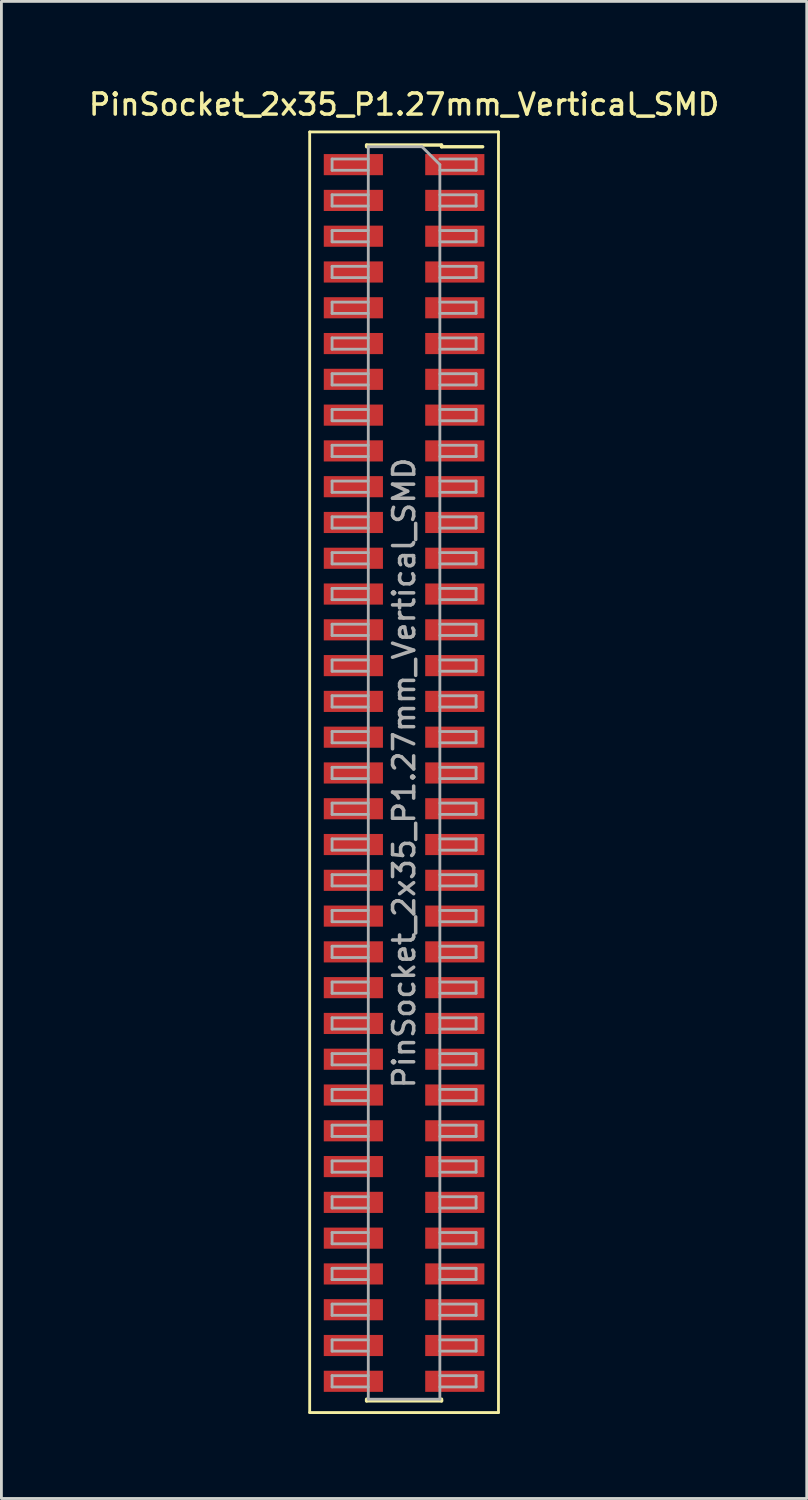
<source format=kicad_pcb>
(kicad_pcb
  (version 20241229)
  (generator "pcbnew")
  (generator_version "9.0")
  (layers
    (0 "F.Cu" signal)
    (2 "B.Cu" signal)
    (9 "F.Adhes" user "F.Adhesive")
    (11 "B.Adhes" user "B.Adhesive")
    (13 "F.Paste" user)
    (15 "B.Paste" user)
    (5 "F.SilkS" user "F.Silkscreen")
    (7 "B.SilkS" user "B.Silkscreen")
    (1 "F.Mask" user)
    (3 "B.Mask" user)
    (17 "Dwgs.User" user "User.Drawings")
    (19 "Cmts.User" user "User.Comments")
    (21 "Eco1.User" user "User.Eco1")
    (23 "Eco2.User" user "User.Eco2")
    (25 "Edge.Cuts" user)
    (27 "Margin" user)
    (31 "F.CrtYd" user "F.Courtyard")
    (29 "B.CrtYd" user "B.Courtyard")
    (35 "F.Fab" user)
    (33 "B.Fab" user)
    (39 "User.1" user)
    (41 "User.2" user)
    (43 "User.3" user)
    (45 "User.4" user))
  (footprint "PinSocket_2x35_P1.27mm_Vertical_SMD"
    (layer "F.Cu")
    (at 11.291 24.383)
    (property "Reference" "PinSocket_2x35_P1.27mm_Vertical_SMD" (at 0 -23.725 0) (layer "F.SilkS") (effects (font (size 0.75 0.75) (thickness 0.125))))
    (attr smd)
    (fp_line (start -3.35 -22.75) (end 3.35 -22.75) (stroke (width 0.1) (type solid)) (layer "F.SilkS"))
    (fp_line (start -3.35 22.7) (end -3.35 -22.75) (stroke (width 0.1) (type solid)) (layer "F.SilkS"))
    (fp_line (start -1.33 -22.285) (end -1.33 -22.225) (stroke (width 0.12) (type solid)) (layer "F.SilkS"))
    (fp_line (start -1.33 -22.285) (end 1.33 -22.285) (stroke (width 0.12) (type solid)) (layer "F.SilkS"))
    (fp_line (start -1.33 22.225) (end -1.33 22.285) (stroke (width 0.12) (type solid)) (layer "F.SilkS"))
    (fp_line (start -1.33 22.285) (end 1.33 22.285) (stroke (width 0.12) (type solid)) (layer "F.SilkS"))
    (fp_line (start 1.33 -22.285) (end 1.33 -22.225) (stroke (width 0.12) (type solid)) (layer "F.SilkS"))
    (fp_line (start 1.33 -22.225) (end 2.79 -22.225) (stroke (width 0.12) (type solid)) (layer "F.SilkS"))
    (fp_line (start 1.33 22.225) (end 1.33 22.285) (stroke (width 0.12) (type solid)) (layer "F.SilkS"))
    (fp_line (start 3.35 -22.75) (end 3.35 22.7) (stroke (width 0.1) (type solid)) (layer "F.SilkS"))
    (fp_line (start 3.35 22.7) (end -3.35 22.7) (stroke (width 0.1) (type solid)) (layer "F.SilkS"))
    (fp_line (start -2.555 -21.79) (end -1.27 -21.79) (stroke (width 0.1) (type solid)) (layer "F.Fab"))
    (fp_line (start -2.555 -21.39) (end -2.555 -21.79) (stroke (width 0.1) (type solid)) (layer "F.Fab"))
    (fp_line (start -2.555 -20.52) (end -1.27 -20.52) (stroke (width 0.1) (type solid)) (layer "F.Fab"))
    (fp_line (start -2.555 -20.12) (end -2.555 -20.52) (stroke (width 0.1) (type solid)) (layer "F.Fab"))
    (fp_line (start -2.555 -19.25) (end -1.27 -19.25) (stroke (width 0.1) (type solid)) (layer "F.Fab"))
    (fp_line (start -2.555 -18.85) (end -2.555 -19.25) (stroke (width 0.1) (type solid)) (layer "F.Fab"))
    (fp_line (start -2.555 -17.98) (end -1.27 -17.98) (stroke (width 0.1) (type solid)) (layer "F.Fab"))
    (fp_line (start -2.555 -17.58) (end -2.555 -17.98) (stroke (width 0.1) (type solid)) (layer "F.Fab"))
    (fp_line (start -2.555 -16.71) (end -1.27 -16.71) (stroke (width 0.1) (type solid)) (layer "F.Fab"))
    (fp_line (start -2.555 -16.31) (end -2.555 -16.71) (stroke (width 0.1) (type solid)) (layer "F.Fab"))
    (fp_line (start -2.555 -15.44) (end -1.27 -15.44) (stroke (width 0.1) (type solid)) (layer "F.Fab"))
    (fp_line (start -2.555 -15.04) (end -2.555 -15.44) (stroke (width 0.1) (type solid)) (layer "F.Fab"))
    (fp_line (start -2.555 -14.17) (end -1.27 -14.17) (stroke (width 0.1) (type solid)) (layer "F.Fab"))
    (fp_line (start -2.555 -13.77) (end -2.555 -14.17) (stroke (width 0.1) (type solid)) (layer "F.Fab"))
    (fp_line (start -2.555 -12.9) (end -1.27 -12.9) (stroke (width 0.1) (type solid)) (layer "F.Fab"))
    (fp_line (start -2.555 -12.5) (end -2.555 -12.9) (stroke (width 0.1) (type solid)) (layer "F.Fab"))
    (fp_line (start -2.555 -11.63) (end -1.27 -11.63) (stroke (width 0.1) (type solid)) (layer "F.Fab"))
    (fp_line (start -2.555 -11.23) (end -2.555 -11.63) (stroke (width 0.1) (type solid)) (layer "F.Fab"))
    (fp_line (start -2.555 -10.36) (end -1.27 -10.36) (stroke (width 0.1) (type solid)) (layer "F.Fab"))
    (fp_line (start -2.555 -9.96) (end -2.555 -10.36) (stroke (width 0.1) (type solid)) (layer "F.Fab"))
    (fp_line (start -2.555 -9.09) (end -1.27 -9.09) (stroke (width 0.1) (type solid)) (layer "F.Fab"))
    (fp_line (start -2.555 -8.69) (end -2.555 -9.09) (stroke (width 0.1) (type solid)) (layer "F.Fab"))
    (fp_line (start -2.555 -7.82) (end -1.27 -7.82) (stroke (width 0.1) (type solid)) (layer "F.Fab"))
    (fp_line (start -2.555 -7.42) (end -2.555 -7.82) (stroke (width 0.1) (type solid)) (layer "F.Fab"))
    (fp_line (start -2.555 -6.55) (end -1.27 -6.55) (stroke (width 0.1) (type solid)) (layer "F.Fab"))
    (fp_line (start -2.555 -6.15) (end -2.555 -6.55) (stroke (width 0.1) (type solid)) (layer "F.Fab"))
    (fp_line (start -2.555 -5.28) (end -1.27 -5.28) (stroke (width 0.1) (type solid)) (layer "F.Fab"))
    (fp_line (start -2.555 -4.88) (end -2.555 -5.28) (stroke (width 0.1) (type solid)) (layer "F.Fab"))
    (fp_line (start -2.555 -4.01) (end -1.27 -4.01) (stroke (width 0.1) (type solid)) (layer "F.Fab"))
    (fp_line (start -2.555 -3.61) (end -2.555 -4.01) (stroke (width 0.1) (type solid)) (layer "F.Fab"))
    (fp_line (start -2.555 -2.74) (end -1.27 -2.74) (stroke (width 0.1) (type solid)) (layer "F.Fab"))
    (fp_line (start -2.555 -2.34) (end -2.555 -2.74) (stroke (width 0.1) (type solid)) (layer "F.Fab"))
    (fp_line (start -2.555 -1.47) (end -1.27 -1.47) (stroke (width 0.1) (type solid)) (layer "F.Fab"))
    (fp_line (start -2.555 -1.07) (end -2.555 -1.47) (stroke (width 0.1) (type solid)) (layer "F.Fab"))
    (fp_line (start -2.555 -0.2) (end -1.27 -0.2) (stroke (width 0.1) (type solid)) (layer "F.Fab"))
    (fp_line (start -2.555 0.2) (end -2.555 -0.2) (stroke (width 0.1) (type solid)) (layer "F.Fab"))
    (fp_line (start -2.555 1.07) (end -1.27 1.07) (stroke (width 0.1) (type solid)) (layer "F.Fab"))
    (fp_line (start -2.555 1.47) (end -2.555 1.07) (stroke (width 0.1) (type solid)) (layer "F.Fab"))
    (fp_line (start -2.555 2.34) (end -1.27 2.34) (stroke (width 0.1) (type solid)) (layer "F.Fab"))
    (fp_line (start -2.555 2.74) (end -2.555 2.34) (stroke (width 0.1) (type solid)) (layer "F.Fab"))
    (fp_line (start -2.555 3.61) (end -1.27 3.61) (stroke (width 0.1) (type solid)) (layer "F.Fab"))
    (fp_line (start -2.555 4.01) (end -2.555 3.61) (stroke (width 0.1) (type solid)) (layer "F.Fab"))
    (fp_line (start -2.555 4.88) (end -1.27 4.88) (stroke (width 0.1) (type solid)) (layer "F.Fab"))
    (fp_line (start -2.555 5.28) (end -2.555 4.88) (stroke (width 0.1) (type solid)) (layer "F.Fab"))
    (fp_line (start -2.555 6.15) (end -1.27 6.15) (stroke (width 0.1) (type solid)) (layer "F.Fab"))
    (fp_line (start -2.555 6.55) (end -2.555 6.15) (stroke (width 0.1) (type solid)) (layer "F.Fab"))
    (fp_line (start -2.555 7.42) (end -1.27 7.42) (stroke (width 0.1) (type solid)) (layer "F.Fab"))
    (fp_line (start -2.555 7.82) (end -2.555 7.42) (stroke (width 0.1) (type solid)) (layer "F.Fab"))
    (fp_line (start -2.555 8.69) (end -1.27 8.69) (stroke (width 0.1) (type solid)) (layer "F.Fab"))
    (fp_line (start -2.555 9.09) (end -2.555 8.69) (stroke (width 0.1) (type solid)) (layer "F.Fab"))
    (fp_line (start -2.555 9.96) (end -1.27 9.96) (stroke (width 0.1) (type solid)) (layer "F.Fab"))
    (fp_line (start -2.555 10.36) (end -2.555 9.96) (stroke (width 0.1) (type solid)) (layer "F.Fab"))
    (fp_line (start -2.555 11.23) (end -1.27 11.23) (stroke (width 0.1) (type solid)) (layer "F.Fab"))
    (fp_line (start -2.555 11.63) (end -2.555 11.23) (stroke (width 0.1) (type solid)) (layer "F.Fab"))
    (fp_line (start -2.555 12.5) (end -1.27 12.5) (stroke (width 0.1) (type solid)) (layer "F.Fab"))
    (fp_line (start -2.555 12.9) (end -2.555 12.5) (stroke (width 0.1) (type solid)) (layer "F.Fab"))
    (fp_line (start -2.555 13.77) (end -1.27 13.77) (stroke (width 0.1) (type solid)) (layer "F.Fab"))
    (fp_line (start -2.555 14.17) (end -2.555 13.77) (stroke (width 0.1) (type solid)) (layer "F.Fab"))
    (fp_line (start -2.555 15.04) (end -1.27 15.04) (stroke (width 0.1) (type solid)) (layer "F.Fab"))
    (fp_line (start -2.555 15.44) (end -2.555 15.04) (stroke (width 0.1) (type solid)) (layer "F.Fab"))
    (fp_line (start -2.555 16.31) (end -1.27 16.31) (stroke (width 0.1) (type solid)) (layer "F.Fab"))
    (fp_line (start -2.555 16.71) (end -2.555 16.31) (stroke (width 0.1) (type solid)) (layer "F.Fab"))
    (fp_line (start -2.555 17.58) (end -1.27 17.58) (stroke (width 0.1) (type solid)) (layer "F.Fab"))
    (fp_line (start -2.555 17.98) (end -2.555 17.58) (stroke (width 0.1) (type solid)) (layer "F.Fab"))
    (fp_line (start -2.555 18.85) (end -1.27 18.85) (stroke (width 0.1) (type solid)) (layer "F.Fab"))
    (fp_line (start -2.555 19.25) (end -2.555 18.85) (stroke (width 0.1) (type solid)) (layer "F.Fab"))
    (fp_line (start -2.555 20.12) (end -1.27 20.12) (stroke (width 0.1) (type solid)) (layer "F.Fab"))
    (fp_line (start -2.555 20.52) (end -2.555 20.12) (stroke (width 0.1) (type solid)) (layer "F.Fab"))
    (fp_line (start -2.555 21.39) (end -1.27 21.39) (stroke (width 0.1) (type solid)) (layer "F.Fab"))
    (fp_line (start -2.555 21.79) (end -2.555 21.39) (stroke (width 0.1) (type solid)) (layer "F.Fab"))
    (fp_line (start -1.27 -22.225) (end 0.635 -22.225) (stroke (width 0.1) (type solid)) (layer "F.Fab"))
    (fp_line (start -1.27 -21.39) (end -2.555 -21.39) (stroke (width 0.1) (type solid)) (layer "F.Fab"))
    (fp_line (start -1.27 -20.12) (end -2.555 -20.12) (stroke (width 0.1) (type solid)) (layer "F.Fab"))
    (fp_line (start -1.27 -18.85) (end -2.555 -18.85) (stroke (width 0.1) (type solid)) (layer "F.Fab"))
    (fp_line (start -1.27 -17.58) (end -2.555 -17.58) (stroke (width 0.1) (type solid)) (layer "F.Fab"))
    (fp_line (start -1.27 -16.31) (end -2.555 -16.31) (stroke (width 0.1) (type solid)) (layer "F.Fab"))
    (fp_line (start -1.27 -15.04) (end -2.555 -15.04) (stroke (width 0.1) (type solid)) (layer "F.Fab"))
    (fp_line (start -1.27 -13.77) (end -2.555 -13.77) (stroke (width 0.1) (type solid)) (layer "F.Fab"))
    (fp_line (start -1.27 -12.5) (end -2.555 -12.5) (stroke (width 0.1) (type solid)) (layer "F.Fab"))
    (fp_line (start -1.27 -11.23) (end -2.555 -11.23) (stroke (width 0.1) (type solid)) (layer "F.Fab"))
    (fp_line (start -1.27 -9.96) (end -2.555 -9.96) (stroke (width 0.1) (type solid)) (layer "F.Fab"))
    (fp_line (start -1.27 -8.69) (end -2.555 -8.69) (stroke (width 0.1) (type solid)) (layer "F.Fab"))
    (fp_line (start -1.27 -7.42) (end -2.555 -7.42) (stroke (width 0.1) (type solid)) (layer "F.Fab"))
    (fp_line (start -1.27 -6.15) (end -2.555 -6.15) (stroke (width 0.1) (type solid)) (layer "F.Fab"))
    (fp_line (start -1.27 -4.88) (end -2.555 -4.88) (stroke (width 0.1) (type solid)) (layer "F.Fab"))
    (fp_line (start -1.27 -3.61) (end -2.555 -3.61) (stroke (width 0.1) (type solid)) (layer "F.Fab"))
    (fp_line (start -1.27 -2.34) (end -2.555 -2.34) (stroke (width 0.1) (type solid)) (layer "F.Fab"))
    (fp_line (start -1.27 -1.07) (end -2.555 -1.07) (stroke (width 0.1) (type solid)) (layer "F.Fab"))
    (fp_line (start -1.27 0.2) (end -2.555 0.2) (stroke (width 0.1) (type solid)) (layer "F.Fab"))
    (fp_line (start -1.27 1.47) (end -2.555 1.47) (stroke (width 0.1) (type solid)) (layer "F.Fab"))
    (fp_line (start -1.27 2.74) (end -2.555 2.74) (stroke (width 0.1) (type solid)) (layer "F.Fab"))
    (fp_line (start -1.27 4.01) (end -2.555 4.01) (stroke (width 0.1) (type solid)) (layer "F.Fab"))
    (fp_line (start -1.27 5.28) (end -2.555 5.28) (stroke (width 0.1) (type solid)) (layer "F.Fab"))
    (fp_line (start -1.27 6.55) (end -2.555 6.55) (stroke (width 0.1) (type solid)) (layer "F.Fab"))
    (fp_line (start -1.27 7.82) (end -2.555 7.82) (stroke (width 0.1) (type solid)) (layer "F.Fab"))
    (fp_line (start -1.27 9.09) (end -2.555 9.09) (stroke (width 0.1) (type solid)) (layer "F.Fab"))
    (fp_line (start -1.27 10.36) (end -2.555 10.36) (stroke (width 0.1) (type solid)) (layer "F.Fab"))
    (fp_line (start -1.27 11.63) (end -2.555 11.63) (stroke (width 0.1) (type solid)) (layer "F.Fab"))
    (fp_line (start -1.27 12.9) (end -2.555 12.9) (stroke (width 0.1) (type solid)) (layer "F.Fab"))
    (fp_line (start -1.27 14.17) (end -2.555 14.17) (stroke (width 0.1) (type solid)) (layer "F.Fab"))
    (fp_line (start -1.27 15.44) (end -2.555 15.44) (stroke (width 0.1) (type solid)) (layer "F.Fab"))
    (fp_line (start -1.27 16.71) (end -2.555 16.71) (stroke (width 0.1) (type solid)) (layer "F.Fab"))
    (fp_line (start -1.27 17.98) (end -2.555 17.98) (stroke (width 0.1) (type solid)) (layer "F.Fab"))
    (fp_line (start -1.27 19.25) (end -2.555 19.25) (stroke (width 0.1) (type solid)) (layer "F.Fab"))
    (fp_line (start -1.27 20.52) (end -2.555 20.52) (stroke (width 0.1) (type solid)) (layer "F.Fab"))
    (fp_line (start -1.27 21.79) (end -2.555 21.79) (stroke (width 0.1) (type solid)) (layer "F.Fab"))
    (fp_line (start -1.27 22.225) (end -1.27 -22.225) (stroke (width 0.1) (type solid)) (layer "F.Fab"))
    (fp_line (start 0.635 -22.225) (end 1.27 -21.59) (stroke (width 0.1) (type solid)) (layer "F.Fab"))
    (fp_line (start 1.27 -21.79) (end 2.555 -21.79) (stroke (width 0.1) (type solid)) (layer "F.Fab"))
    (fp_line (start 1.27 -21.59) (end 1.27 22.225) (stroke (width 0.1) (type solid)) (layer "F.Fab"))
    (fp_line (start 1.27 -20.52) (end 2.555 -20.52) (stroke (width 0.1) (type solid)) (layer "F.Fab"))
    (fp_line (start 1.27 -19.25) (end 2.555 -19.25) (stroke (width 0.1) (type solid)) (layer "F.Fab"))
    (fp_line (start 1.27 -17.98) (end 2.555 -17.98) (stroke (width 0.1) (type solid)) (layer "F.Fab"))
    (fp_line (start 1.27 -16.71) (end 2.555 -16.71) (stroke (width 0.1) (type solid)) (layer "F.Fab"))
    (fp_line (start 1.27 -15.44) (end 2.555 -15.44) (stroke (width 0.1) (type solid)) (layer "F.Fab"))
    (fp_line (start 1.27 -14.17) (end 2.555 -14.17) (stroke (width 0.1) (type solid)) (layer "F.Fab"))
    (fp_line (start 1.27 -12.9) (end 2.555 -12.9) (stroke (width 0.1) (type solid)) (layer "F.Fab"))
    (fp_line (start 1.27 -11.63) (end 2.555 -11.63) (stroke (width 0.1) (type solid)) (layer "F.Fab"))
    (fp_line (start 1.27 -10.36) (end 2.555 -10.36) (stroke (width 0.1) (type solid)) (layer "F.Fab"))
    (fp_line (start 1.27 -9.09) (end 2.555 -9.09) (stroke (width 0.1) (type solid)) (layer "F.Fab"))
    (fp_line (start 1.27 -7.82) (end 2.555 -7.82) (stroke (width 0.1) (type solid)) (layer "F.Fab"))
    (fp_line (start 1.27 -6.55) (end 2.555 -6.55) (stroke (width 0.1) (type solid)) (layer "F.Fab"))
    (fp_line (start 1.27 -5.28) (end 2.555 -5.28) (stroke (width 0.1) (type solid)) (layer "F.Fab"))
    (fp_line (start 1.27 -4.01) (end 2.555 -4.01) (stroke (width 0.1) (type solid)) (layer "F.Fab"))
    (fp_line (start 1.27 -2.74) (end 2.555 -2.74) (stroke (width 0.1) (type solid)) (layer "F.Fab"))
    (fp_line (start 1.27 -1.47) (end 2.555 -1.47) (stroke (width 0.1) (type solid)) (layer "F.Fab"))
    (fp_line (start 1.27 -0.2) (end 2.555 -0.2) (stroke (width 0.1) (type solid)) (layer "F.Fab"))
    (fp_line (start 1.27 1.07) (end 2.555 1.07) (stroke (width 0.1) (type solid)) (layer "F.Fab"))
    (fp_line (start 1.27 2.34) (end 2.555 2.34) (stroke (width 0.1) (type solid)) (layer "F.Fab"))
    (fp_line (start 1.27 3.61) (end 2.555 3.61) (stroke (width 0.1) (type solid)) (layer "F.Fab"))
    (fp_line (start 1.27 4.88) (end 2.555 4.88) (stroke (width 0.1) (type solid)) (layer "F.Fab"))
    (fp_line (start 1.27 6.15) (end 2.555 6.15) (stroke (width 0.1) (type solid)) (layer "F.Fab"))
    (fp_line (start 1.27 7.42) (end 2.555 7.42) (stroke (width 0.1) (type solid)) (layer "F.Fab"))
    (fp_line (start 1.27 8.69) (end 2.555 8.69) (stroke (width 0.1) (type solid)) (layer "F.Fab"))
    (fp_line (start 1.27 9.96) (end 2.555 9.96) (stroke (width 0.1) (type solid)) (layer "F.Fab"))
    (fp_line (start 1.27 11.23) (end 2.555 11.23) (stroke (width 0.1) (type solid)) (layer "F.Fab"))
    (fp_line (start 1.27 12.5) (end 2.555 12.5) (stroke (width 0.1) (type solid)) (layer "F.Fab"))
    (fp_line (start 1.27 13.77) (end 2.555 13.77) (stroke (width 0.1) (type solid)) (layer "F.Fab"))
    (fp_line (start 1.27 15.04) (end 2.555 15.04) (stroke (width 0.1) (type solid)) (layer "F.Fab"))
    (fp_line (start 1.27 16.31) (end 2.555 16.31) (stroke (width 0.1) (type solid)) (layer "F.Fab"))
    (fp_line (start 1.27 17.58) (end 2.555 17.58) (stroke (width 0.1) (type solid)) (layer "F.Fab"))
    (fp_line (start 1.27 18.85) (end 2.555 18.85) (stroke (width 0.1) (type solid)) (layer "F.Fab"))
    (fp_line (start 1.27 20.12) (end 2.555 20.12) (stroke (width 0.1) (type solid)) (layer "F.Fab"))
    (fp_line (start 1.27 21.39) (end 2.555 21.39) (stroke (width 0.1) (type solid)) (layer "F.Fab"))
    (fp_line (start 1.27 22.225) (end -1.27 22.225) (stroke (width 0.1) (type solid)) (layer "F.Fab"))
    (fp_line (start 2.555 -21.79) (end 2.555 -21.39) (stroke (width 0.1) (type solid)) (layer "F.Fab"))
    (fp_line (start 2.555 -21.39) (end 1.27 -21.39) (stroke (width 0.1) (type solid)) (layer "F.Fab"))
    (fp_line (start 2.555 -20.52) (end 2.555 -20.12) (stroke (width 0.1) (type solid)) (layer "F.Fab"))
    (fp_line (start 2.555 -20.12) (end 1.27 -20.12) (stroke (width 0.1) (type solid)) (layer "F.Fab"))
    (fp_line (start 2.555 -19.25) (end 2.555 -18.85) (stroke (width 0.1) (type solid)) (layer "F.Fab"))
    (fp_line (start 2.555 -18.85) (end 1.27 -18.85) (stroke (width 0.1) (type solid)) (layer "F.Fab"))
    (fp_line (start 2.555 -17.98) (end 2.555 -17.58) (stroke (width 0.1) (type solid)) (layer "F.Fab"))
    (fp_line (start 2.555 -17.58) (end 1.27 -17.58) (stroke (width 0.1) (type solid)) (layer "F.Fab"))
    (fp_line (start 2.555 -16.71) (end 2.555 -16.31) (stroke (width 0.1) (type solid)) (layer "F.Fab"))
    (fp_line (start 2.555 -16.31) (end 1.27 -16.31) (stroke (width 0.1) (type solid)) (layer "F.Fab"))
    (fp_line (start 2.555 -15.44) (end 2.555 -15.04) (stroke (width 0.1) (type solid)) (layer "F.Fab"))
    (fp_line (start 2.555 -15.04) (end 1.27 -15.04) (stroke (width 0.1) (type solid)) (layer "F.Fab"))
    (fp_line (start 2.555 -14.17) (end 2.555 -13.77) (stroke (width 0.1) (type solid)) (layer "F.Fab"))
    (fp_line (start 2.555 -13.77) (end 1.27 -13.77) (stroke (width 0.1) (type solid)) (layer "F.Fab"))
    (fp_line (start 2.555 -12.9) (end 2.555 -12.5) (stroke (width 0.1) (type solid)) (layer "F.Fab"))
    (fp_line (start 2.555 -12.5) (end 1.27 -12.5) (stroke (width 0.1) (type solid)) (layer "F.Fab"))
    (fp_line (start 2.555 -11.63) (end 2.555 -11.23) (stroke (width 0.1) (type solid)) (layer "F.Fab"))
    (fp_line (start 2.555 -11.23) (end 1.27 -11.23) (stroke (width 0.1) (type solid)) (layer "F.Fab"))
    (fp_line (start 2.555 -10.36) (end 2.555 -9.96) (stroke (width 0.1) (type solid)) (layer "F.Fab"))
    (fp_line (start 2.555 -9.96) (end 1.27 -9.96) (stroke (width 0.1) (type solid)) (layer "F.Fab"))
    (fp_line (start 2.555 -9.09) (end 2.555 -8.69) (stroke (width 0.1) (type solid)) (layer "F.Fab"))
    (fp_line (start 2.555 -8.69) (end 1.27 -8.69) (stroke (width 0.1) (type solid)) (layer "F.Fab"))
    (fp_line (start 2.555 -7.82) (end 2.555 -7.42) (stroke (width 0.1) (type solid)) (layer "F.Fab"))
    (fp_line (start 2.555 -7.42) (end 1.27 -7.42) (stroke (width 0.1) (type solid)) (layer "F.Fab"))
    (fp_line (start 2.555 -6.55) (end 2.555 -6.15) (stroke (width 0.1) (type solid)) (layer "F.Fab"))
    (fp_line (start 2.555 -6.15) (end 1.27 -6.15) (stroke (width 0.1) (type solid)) (layer "F.Fab"))
    (fp_line (start 2.555 -5.28) (end 2.555 -4.88) (stroke (width 0.1) (type solid)) (layer "F.Fab"))
    (fp_line (start 2.555 -4.88) (end 1.27 -4.88) (stroke (width 0.1) (type solid)) (layer "F.Fab"))
    (fp_line (start 2.555 -4.01) (end 2.555 -3.61) (stroke (width 0.1) (type solid)) (layer "F.Fab"))
    (fp_line (start 2.555 -3.61) (end 1.27 -3.61) (stroke (width 0.1) (type solid)) (layer "F.Fab"))
    (fp_line (start 2.555 -2.74) (end 2.555 -2.34) (stroke (width 0.1) (type solid)) (layer "F.Fab"))
    (fp_line (start 2.555 -2.34) (end 1.27 -2.34) (stroke (width 0.1) (type solid)) (layer "F.Fab"))
    (fp_line (start 2.555 -1.47) (end 2.555 -1.07) (stroke (width 0.1) (type solid)) (layer "F.Fab"))
    (fp_line (start 2.555 -1.07) (end 1.27 -1.07) (stroke (width 0.1) (type solid)) (layer "F.Fab"))
    (fp_line (start 2.555 -0.2) (end 2.555 0.2) (stroke (width 0.1) (type solid)) (layer "F.Fab"))
    (fp_line (start 2.555 0.2) (end 1.27 0.2) (stroke (width 0.1) (type solid)) (layer "F.Fab"))
    (fp_line (start 2.555 1.07) (end 2.555 1.47) (stroke (width 0.1) (type solid)) (layer "F.Fab"))
    (fp_line (start 2.555 1.47) (end 1.27 1.47) (stroke (width 0.1) (type solid)) (layer "F.Fab"))
    (fp_line (start 2.555 2.34) (end 2.555 2.74) (stroke (width 0.1) (type solid)) (layer "F.Fab"))
    (fp_line (start 2.555 2.74) (end 1.27 2.74) (stroke (width 0.1) (type solid)) (layer "F.Fab"))
    (fp_line (start 2.555 3.61) (end 2.555 4.01) (stroke (width 0.1) (type solid)) (layer "F.Fab"))
    (fp_line (start 2.555 4.01) (end 1.27 4.01) (stroke (width 0.1) (type solid)) (layer "F.Fab"))
    (fp_line (start 2.555 4.88) (end 2.555 5.28) (stroke (width 0.1) (type solid)) (layer "F.Fab"))
    (fp_line (start 2.555 5.28) (end 1.27 5.28) (stroke (width 0.1) (type solid)) (layer "F.Fab"))
    (fp_line (start 2.555 6.15) (end 2.555 6.55) (stroke (width 0.1) (type solid)) (layer "F.Fab"))
    (fp_line (start 2.555 6.55) (end 1.27 6.55) (stroke (width 0.1) (type solid)) (layer "F.Fab"))
    (fp_line (start 2.555 7.42) (end 2.555 7.82) (stroke (width 0.1) (type solid)) (layer "F.Fab"))
    (fp_line (start 2.555 7.82) (end 1.27 7.82) (stroke (width 0.1) (type solid)) (layer "F.Fab"))
    (fp_line (start 2.555 8.69) (end 2.555 9.09) (stroke (width 0.1) (type solid)) (layer "F.Fab"))
    (fp_line (start 2.555 9.09) (end 1.27 9.09) (stroke (width 0.1) (type solid)) (layer "F.Fab"))
    (fp_line (start 2.555 9.96) (end 2.555 10.36) (stroke (width 0.1) (type solid)) (layer "F.Fab"))
    (fp_line (start 2.555 10.36) (end 1.27 10.36) (stroke (width 0.1) (type solid)) (layer "F.Fab"))
    (fp_line (start 2.555 11.23) (end 2.555 11.63) (stroke (width 0.1) (type solid)) (layer "F.Fab"))
    (fp_line (start 2.555 11.63) (end 1.27 11.63) (stroke (width 0.1) (type solid)) (layer "F.Fab"))
    (fp_line (start 2.555 12.5) (end 2.555 12.9) (stroke (width 0.1) (type solid)) (layer "F.Fab"))
    (fp_line (start 2.555 12.9) (end 1.27 12.9) (stroke (width 0.1) (type solid)) (layer "F.Fab"))
    (fp_line (start 2.555 13.77) (end 2.555 14.17) (stroke (width 0.1) (type solid)) (layer "F.Fab"))
    (fp_line (start 2.555 14.17) (end 1.27 14.17) (stroke (width 0.1) (type solid)) (layer "F.Fab"))
    (fp_line (start 2.555 15.04) (end 2.555 15.44) (stroke (width 0.1) (type solid)) (layer "F.Fab"))
    (fp_line (start 2.555 15.44) (end 1.27 15.44) (stroke (width 0.1) (type solid)) (layer "F.Fab"))
    (fp_line (start 2.555 16.31) (end 2.555 16.71) (stroke (width 0.1) (type solid)) (layer "F.Fab"))
    (fp_line (start 2.555 16.71) (end 1.27 16.71) (stroke (width 0.1) (type solid)) (layer "F.Fab"))
    (fp_line (start 2.555 17.58) (end 2.555 17.98) (stroke (width 0.1) (type solid)) (layer "F.Fab"))
    (fp_line (start 2.555 17.98) (end 1.27 17.98) (stroke (width 0.1) (type solid)) (layer "F.Fab"))
    (fp_line (start 2.555 18.85) (end 2.555 19.25) (stroke (width 0.1) (type solid)) (layer "F.Fab"))
    (fp_line (start 2.555 19.25) (end 1.27 19.25) (stroke (width 0.1) (type solid)) (layer "F.Fab"))
    (fp_line (start 2.555 20.12) (end 2.555 20.52) (stroke (width 0.1) (type solid)) (layer "F.Fab"))
    (fp_line (start 2.555 20.52) (end 1.27 20.52) (stroke (width 0.1) (type solid)) (layer "F.Fab"))
    (fp_line (start 2.555 21.39) (end 2.555 21.79) (stroke (width 0.1) (type solid)) (layer "F.Fab"))
    (fp_line (start 2.555 21.79) (end 1.27 21.79) (stroke (width 0.1) (type solid)) (layer "F.Fab"))
    (fp_text user "${REFERENCE}" (at 0 0 90) (layer "F.Fab") (effects (font (size 0.75 0.75) (thickness 0.125))))
    (pad "1" smd rect (at 1.8 -21.59) (size 2.1 0.75) (layers "F.Cu" "F.Mask" "F.Paste"))
    (pad "2" smd rect (at -1.8 -21.59) (size 2.1 0.75) (layers "F.Cu" "F.Mask" "F.Paste"))
    (pad "3" smd rect (at 1.8 -20.32) (size 2.1 0.75) (layers "F.Cu" "F.Mask" "F.Paste"))
    (pad "4" smd rect (at -1.8 -20.32) (size 2.1 0.75) (layers "F.Cu" "F.Mask" "F.Paste"))
    (pad "5" smd rect (at 1.8 -19.05) (size 2.1 0.75) (layers "F.Cu" "F.Mask" "F.Paste"))
    (pad "6" smd rect (at -1.8 -19.05) (size 2.1 0.75) (layers "F.Cu" "F.Mask" "F.Paste"))
    (pad "7" smd rect (at 1.8 -17.78) (size 2.1 0.75) (layers "F.Cu" "F.Mask" "F.Paste"))
    (pad "8" smd rect (at -1.8 -17.78) (size 2.1 0.75) (layers "F.Cu" "F.Mask" "F.Paste"))
    (pad "9" smd rect (at 1.8 -16.51) (size 2.1 0.75) (layers "F.Cu" "F.Mask" "F.Paste"))
    (pad "10" smd rect (at -1.8 -16.51) (size 2.1 0.75) (layers "F.Cu" "F.Mask" "F.Paste"))
    (pad "11" smd rect (at 1.8 -15.24) (size 2.1 0.75) (layers "F.Cu" "F.Mask" "F.Paste"))
    (pad "12" smd rect (at -1.8 -15.24) (size 2.1 0.75) (layers "F.Cu" "F.Mask" "F.Paste"))
    (pad "13" smd rect (at 1.8 -13.97) (size 2.1 0.75) (layers "F.Cu" "F.Mask" "F.Paste"))
    (pad "14" smd rect (at -1.8 -13.97) (size 2.1 0.75) (layers "F.Cu" "F.Mask" "F.Paste"))
    (pad "15" smd rect (at 1.8 -12.7) (size 2.1 0.75) (layers "F.Cu" "F.Mask" "F.Paste"))
    (pad "16" smd rect (at -1.8 -12.7) (size 2.1 0.75) (layers "F.Cu" "F.Mask" "F.Paste"))
    (pad "17" smd rect (at 1.8 -11.43) (size 2.1 0.75) (layers "F.Cu" "F.Mask" "F.Paste"))
    (pad "18" smd rect (at -1.8 -11.43) (size 2.1 0.75) (layers "F.Cu" "F.Mask" "F.Paste"))
    (pad "19" smd rect (at 1.8 -10.16) (size 2.1 0.75) (layers "F.Cu" "F.Mask" "F.Paste"))
    (pad "20" smd rect (at -1.8 -10.16) (size 2.1 0.75) (layers "F.Cu" "F.Mask" "F.Paste"))
    (pad "21" smd rect (at 1.8 -8.89) (size 2.1 0.75) (layers "F.Cu" "F.Mask" "F.Paste"))
    (pad "22" smd rect (at -1.8 -8.89) (size 2.1 0.75) (layers "F.Cu" "F.Mask" "F.Paste"))
    (pad "23" smd rect (at 1.8 -7.62) (size 2.1 0.75) (layers "F.Cu" "F.Mask" "F.Paste"))
    (pad "24" smd rect (at -1.8 -7.62) (size 2.1 0.75) (layers "F.Cu" "F.Mask" "F.Paste"))
    (pad "25" smd rect (at 1.8 -6.35) (size 2.1 0.75) (layers "F.Cu" "F.Mask" "F.Paste"))
    (pad "26" smd rect (at -1.8 -6.35) (size 2.1 0.75) (layers "F.Cu" "F.Mask" "F.Paste"))
    (pad "27" smd rect (at 1.8 -5.08) (size 2.1 0.75) (layers "F.Cu" "F.Mask" "F.Paste"))
    (pad "28" smd rect (at -1.8 -5.08) (size 2.1 0.75) (layers "F.Cu" "F.Mask" "F.Paste"))
    (pad "29" smd rect (at 1.8 -3.81) (size 2.1 0.75) (layers "F.Cu" "F.Mask" "F.Paste"))
    (pad "30" smd rect (at -1.8 -3.81) (size 2.1 0.75) (layers "F.Cu" "F.Mask" "F.Paste"))
    (pad "31" smd rect (at 1.8 -2.54) (size 2.1 0.75) (layers "F.Cu" "F.Mask" "F.Paste"))
    (pad "32" smd rect (at -1.8 -2.54) (size 2.1 0.75) (layers "F.Cu" "F.Mask" "F.Paste"))
    (pad "33" smd rect (at 1.8 -1.27) (size 2.1 0.75) (layers "F.Cu" "F.Mask" "F.Paste"))
    (pad "34" smd rect (at -1.8 -1.27) (size 2.1 0.75) (layers "F.Cu" "F.Mask" "F.Paste"))
    (pad "35" smd rect (at 1.8 0) (size 2.1 0.75) (layers "F.Cu" "F.Mask" "F.Paste"))
    (pad "36" smd rect (at -1.8 0) (size 2.1 0.75) (layers "F.Cu" "F.Mask" "F.Paste"))
    (pad "37" smd rect (at 1.8 1.27) (size 2.1 0.75) (layers "F.Cu" "F.Mask" "F.Paste"))
    (pad "38" smd rect (at -1.8 1.27) (size 2.1 0.75) (layers "F.Cu" "F.Mask" "F.Paste"))
    (pad "39" smd rect (at 1.8 2.54) (size 2.1 0.75) (layers "F.Cu" "F.Mask" "F.Paste"))
    (pad "40" smd rect (at -1.8 2.54) (size 2.1 0.75) (layers "F.Cu" "F.Mask" "F.Paste"))
    (pad "41" smd rect (at 1.8 3.81) (size 2.1 0.75) (layers "F.Cu" "F.Mask" "F.Paste"))
    (pad "42" smd rect (at -1.8 3.81) (size 2.1 0.75) (layers "F.Cu" "F.Mask" "F.Paste"))
    (pad "43" smd rect (at 1.8 5.08) (size 2.1 0.75) (layers "F.Cu" "F.Mask" "F.Paste"))
    (pad "44" smd rect (at -1.8 5.08) (size 2.1 0.75) (layers "F.Cu" "F.Mask" "F.Paste"))
    (pad "45" smd rect (at 1.8 6.35) (size 2.1 0.75) (layers "F.Cu" "F.Mask" "F.Paste"))
    (pad "46" smd rect (at -1.8 6.35) (size 2.1 0.75) (layers "F.Cu" "F.Mask" "F.Paste"))
    (pad "47" smd rect (at 1.8 7.62) (size 2.1 0.75) (layers "F.Cu" "F.Mask" "F.Paste"))
    (pad "48" smd rect (at -1.8 7.62) (size 2.1 0.75) (layers "F.Cu" "F.Mask" "F.Paste"))
    (pad "49" smd rect (at 1.8 8.89) (size 2.1 0.75) (layers "F.Cu" "F.Mask" "F.Paste"))
    (pad "50" smd rect (at -1.8 8.89) (size 2.1 0.75) (layers "F.Cu" "F.Mask" "F.Paste"))
    (pad "51" smd rect (at 1.8 10.16) (size 2.1 0.75) (layers "F.Cu" "F.Mask" "F.Paste"))
    (pad "52" smd rect (at -1.8 10.16) (size 2.1 0.75) (layers "F.Cu" "F.Mask" "F.Paste"))
    (pad "53" smd rect (at 1.8 11.43) (size 2.1 0.75) (layers "F.Cu" "F.Mask" "F.Paste"))
    (pad "54" smd rect (at -1.8 11.43) (size 2.1 0.75) (layers "F.Cu" "F.Mask" "F.Paste"))
    (pad "55" smd rect (at 1.8 12.7) (size 2.1 0.75) (layers "F.Cu" "F.Mask" "F.Paste"))
    (pad "56" smd rect (at -1.8 12.7) (size 2.1 0.75) (layers "F.Cu" "F.Mask" "F.Paste"))
    (pad "57" smd rect (at 1.8 13.97) (size 2.1 0.75) (layers "F.Cu" "F.Mask" "F.Paste"))
    (pad "58" smd rect (at -1.8 13.97) (size 2.1 0.75) (layers "F.Cu" "F.Mask" "F.Paste"))
    (pad "59" smd rect (at 1.8 15.24) (size 2.1 0.75) (layers "F.Cu" "F.Mask" "F.Paste"))
    (pad "60" smd rect (at -1.8 15.24) (size 2.1 0.75) (layers "F.Cu" "F.Mask" "F.Paste"))
    (pad "61" smd rect (at 1.8 16.51) (size 2.1 0.75) (layers "F.Cu" "F.Mask" "F.Paste"))
    (pad "62" smd rect (at -1.8 16.51) (size 2.1 0.75) (layers "F.Cu" "F.Mask" "F.Paste"))
    (pad "63" smd rect (at 1.8 17.78) (size 2.1 0.75) (layers "F.Cu" "F.Mask" "F.Paste"))
    (pad "64" smd rect (at -1.8 17.78) (size 2.1 0.75) (layers "F.Cu" "F.Mask" "F.Paste"))
    (pad "65" smd rect (at 1.8 19.05) (size 2.1 0.75) (layers "F.Cu" "F.Mask" "F.Paste"))
    (pad "66" smd rect (at -1.8 19.05) (size 2.1 0.75) (layers "F.Cu" "F.Mask" "F.Paste"))
    (pad "67" smd rect (at 1.8 20.32) (size 2.1 0.75) (layers "F.Cu" "F.Mask" "F.Paste"))
    (pad "68" smd rect (at -1.8 20.32) (size 2.1 0.75) (layers "F.Cu" "F.Mask" "F.Paste"))
    (pad "69" smd rect (at 1.8 21.59) (size 2.1 0.75) (layers "F.Cu" "F.Mask" "F.Paste"))
    (pad "70" smd rect (at -1.8 21.59) (size 2.1 0.75) (layers "F.Cu" "F.Mask" "F.Paste")))
  (gr_rect
    (start -3 -3)
    (end 25.582 50.133)
    (stroke (width 0.1) (type default))
    (fill no)
    (layer "Edge.Cuts")))
</source>
